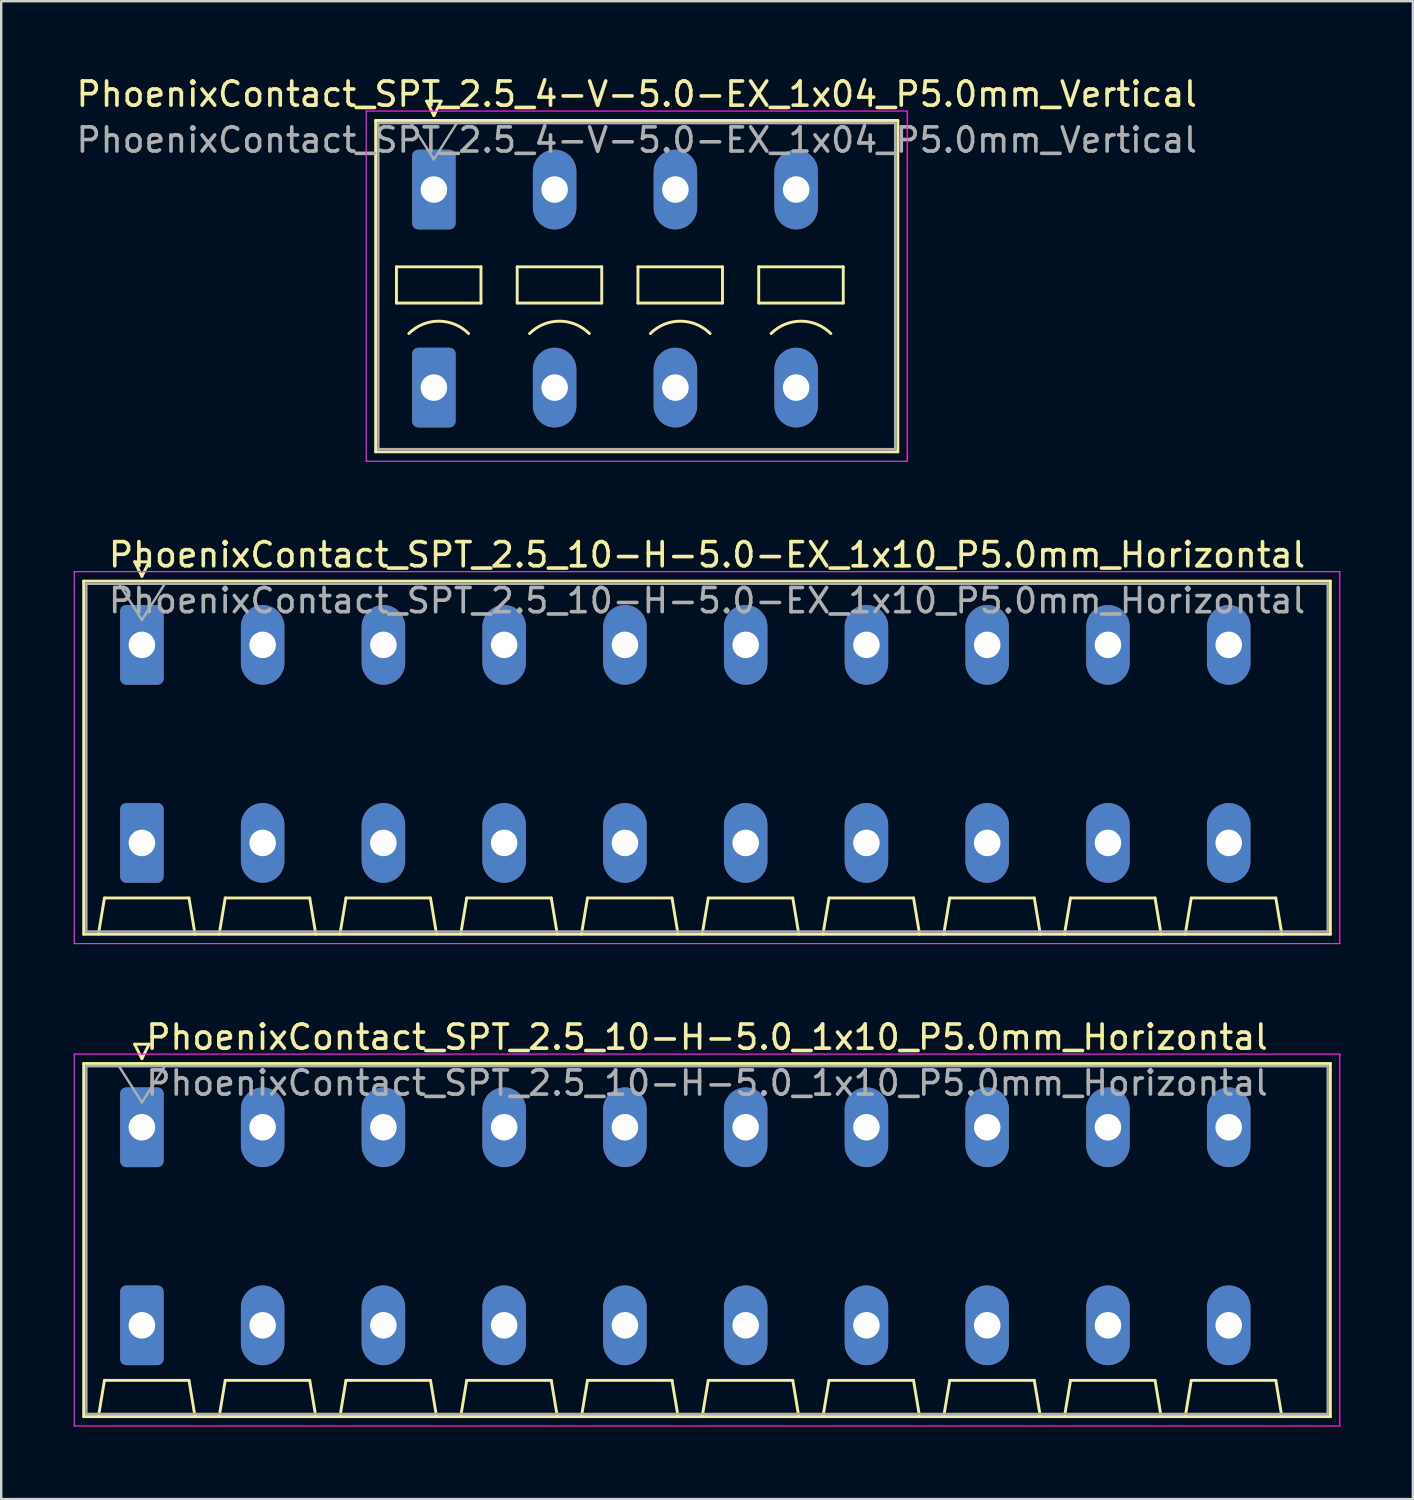
<source format=kicad_pcb>
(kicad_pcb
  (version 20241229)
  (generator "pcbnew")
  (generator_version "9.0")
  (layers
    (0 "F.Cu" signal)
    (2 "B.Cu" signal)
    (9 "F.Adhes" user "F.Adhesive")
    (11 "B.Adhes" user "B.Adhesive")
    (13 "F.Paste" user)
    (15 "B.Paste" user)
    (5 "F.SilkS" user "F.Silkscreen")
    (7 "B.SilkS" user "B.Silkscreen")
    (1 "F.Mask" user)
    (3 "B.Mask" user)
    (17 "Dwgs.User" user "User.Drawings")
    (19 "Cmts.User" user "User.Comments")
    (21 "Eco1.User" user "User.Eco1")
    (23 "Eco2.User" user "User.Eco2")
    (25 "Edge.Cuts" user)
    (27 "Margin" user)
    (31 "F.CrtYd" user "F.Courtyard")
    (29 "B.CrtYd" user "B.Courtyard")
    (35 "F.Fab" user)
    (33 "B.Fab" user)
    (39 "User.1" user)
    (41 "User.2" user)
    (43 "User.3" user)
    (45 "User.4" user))
  (footprint "PhoenixContact_SPT_2.5_10-H-5.0_1x10_P5.0mm_Horizontal"
    (layer "F.Cu")
    (at 2.825 43.625)
    (property "Reference" "PhoenixContact_SPT_2.5_10-H-5.0_1x10_P5.0mm_Horizontal" (at 23.4 -3.73 0) (layer "F.SilkS") (effects (font (size 1 1) (thickness 0.15))))
    (attr through_hole)
    (fp_line (start -2.41 -2.64) (end 49.21 -2.64) (stroke (width 0.12) (type solid)) (layer "F.SilkS"))
    (fp_line (start -2.41 11.98) (end -2.41 -2.64) (stroke (width 0.12) (type solid)) (layer "F.SilkS"))
    (fp_line (start -1.8 11.98) (end -1.55 10.48) (stroke (width 0.12) (type solid)) (layer "F.SilkS"))
    (fp_line (start -1.55 10.48) (end 1.95 10.48) (stroke (width 0.12) (type solid)) (layer "F.SilkS"))
    (fp_line (start -0.3 -3.44) (end 0 -2.84) (stroke (width 0.12) (type solid)) (layer "F.SilkS"))
    (fp_line (start -0.3 -3.44) (end 0.3 -3.44) (stroke (width 0.12) (type solid)) (layer "F.SilkS"))
    (fp_line (start 0.3 -3.44) (end 0 -2.84) (stroke (width 0.12) (type solid)) (layer "F.SilkS"))
    (fp_line (start 2.2 11.98) (end 1.95 10.48) (stroke (width 0.12) (type solid)) (layer "F.SilkS"))
    (fp_line (start 3.2 11.98) (end 3.45 10.48) (stroke (width 0.12) (type solid)) (layer "F.SilkS"))
    (fp_line (start 3.45 10.48) (end 6.95 10.48) (stroke (width 0.12) (type solid)) (layer "F.SilkS"))
    (fp_line (start 7.2 11.98) (end 6.95 10.48) (stroke (width 0.12) (type solid)) (layer "F.SilkS"))
    (fp_line (start 8.2 11.98) (end 8.45 10.48) (stroke (width 0.12) (type solid)) (layer "F.SilkS"))
    (fp_line (start 8.45 10.48) (end 11.95 10.48) (stroke (width 0.12) (type solid)) (layer "F.SilkS"))
    (fp_line (start 12.2 11.98) (end 11.95 10.48) (stroke (width 0.12) (type solid)) (layer "F.SilkS"))
    (fp_line (start 13.2 11.98) (end 13.45 10.48) (stroke (width 0.12) (type solid)) (layer "F.SilkS"))
    (fp_line (start 13.45 10.48) (end 16.95 10.48) (stroke (width 0.12) (type solid)) (layer "F.SilkS"))
    (fp_line (start 17.2 11.98) (end 16.95 10.48) (stroke (width 0.12) (type solid)) (layer "F.SilkS"))
    (fp_line (start 18.2 11.98) (end 18.45 10.48) (stroke (width 0.12) (type solid)) (layer "F.SilkS"))
    (fp_line (start 18.45 10.48) (end 21.95 10.48) (stroke (width 0.12) (type solid)) (layer "F.SilkS"))
    (fp_line (start 22.2 11.98) (end 21.95 10.48) (stroke (width 0.12) (type solid)) (layer "F.SilkS"))
    (fp_line (start 23.2 11.98) (end 23.45 10.48) (stroke (width 0.12) (type solid)) (layer "F.SilkS"))
    (fp_line (start 23.45 10.48) (end 26.95 10.48) (stroke (width 0.12) (type solid)) (layer "F.SilkS"))
    (fp_line (start 27.2 11.98) (end 26.95 10.48) (stroke (width 0.12) (type solid)) (layer "F.SilkS"))
    (fp_line (start 28.2 11.98) (end 28.45 10.48) (stroke (width 0.12) (type solid)) (layer "F.SilkS"))
    (fp_line (start 28.45 10.48) (end 31.95 10.48) (stroke (width 0.12) (type solid)) (layer "F.SilkS"))
    (fp_line (start 32.2 11.98) (end 31.95 10.48) (stroke (width 0.12) (type solid)) (layer "F.SilkS"))
    (fp_line (start 33.2 11.98) (end 33.45 10.48) (stroke (width 0.12) (type solid)) (layer "F.SilkS"))
    (fp_line (start 33.45 10.48) (end 36.95 10.48) (stroke (width 0.12) (type solid)) (layer "F.SilkS"))
    (fp_line (start 37.2 11.98) (end 36.95 10.48) (stroke (width 0.12) (type solid)) (layer "F.SilkS"))
    (fp_line (start 38.2 11.98) (end 38.45 10.48) (stroke (width 0.12) (type solid)) (layer "F.SilkS"))
    (fp_line (start 38.45 10.48) (end 41.95 10.48) (stroke (width 0.12) (type solid)) (layer "F.SilkS"))
    (fp_line (start 42.2 11.98) (end 41.95 10.48) (stroke (width 0.12) (type solid)) (layer "F.SilkS"))
    (fp_line (start 43.2 11.98) (end 43.45 10.48) (stroke (width 0.12) (type solid)) (layer "F.SilkS"))
    (fp_line (start 43.45 10.48) (end 46.95 10.48) (stroke (width 0.12) (type solid)) (layer "F.SilkS"))
    (fp_line (start 47.2 11.98) (end 46.95 10.48) (stroke (width 0.12) (type solid)) (layer "F.SilkS"))
    (fp_line (start 49.21 -2.64) (end 49.21 11.98) (stroke (width 0.12) (type solid)) (layer "F.SilkS"))
    (fp_line (start 49.21 11.98) (end -2.41 11.98) (stroke (width 0.12) (type solid)) (layer "F.SilkS"))
    (fp_line (start -2.8 -3.03) (end -2.8 12.37) (stroke (width 0.05) (type solid)) (layer "F.CrtYd"))
    (fp_line (start -2.8 12.37) (end 49.6 12.37) (stroke (width 0.05) (type solid)) (layer "F.CrtYd"))
    (fp_line (start 49.6 -3.03) (end -2.8 -3.03) (stroke (width 0.05) (type solid)) (layer "F.CrtYd"))
    (fp_line (start 49.6 12.37) (end 49.6 -3.03) (stroke (width 0.05) (type solid)) (layer "F.CrtYd"))
    (fp_line (start -2.3 -2.53) (end -2.3 11.87) (stroke (width 0.1) (type solid)) (layer "F.Fab"))
    (fp_line (start -2.3 11.87) (end 49.1 11.87) (stroke (width 0.1) (type solid)) (layer "F.Fab"))
    (fp_line (start -0.95 -2.53) (end 0 -1.03) (stroke (width 0.1) (type solid)) (layer "F.Fab"))
    (fp_line (start 0.95 -2.53) (end 0 -1.03) (stroke (width 0.1) (type solid)) (layer "F.Fab"))
    (fp_line (start 49.1 -2.53) (end -2.3 -2.53) (stroke (width 0.1) (type solid)) (layer "F.Fab"))
    (fp_line (start 49.1 11.87) (end 49.1 -2.53) (stroke (width 0.1) (type solid)) (layer "F.Fab"))
    (fp_text user "${REFERENCE}" (at 23.4 -1.83 0) (layer "F.Fab") (effects (font (size 1 1) (thickness 0.15))))
    (pad "1" thru_hole roundrect (at 0 0) (size 1.8 3.3) (drill 1.1) (layers "*.Cu" "*.Mask") (roundrect_rratio 0.139))
    (pad "1" thru_hole roundrect (at 0 8.2) (size 1.8 3.3) (drill 1.1) (layers "*.Cu" "*.Mask") (roundrect_rratio 0.139))
    (pad "2" thru_hole oval (at 5 0) (size 1.8 3.3) (drill 1.1) (layers "*.Cu" "*.Mask"))
    (pad "2" thru_hole oval (at 5 8.2) (size 1.8 3.3) (drill 1.1) (layers "*.Cu" "*.Mask"))
    (pad "3" thru_hole oval (at 10 0) (size 1.8 3.3) (drill 1.1) (layers "*.Cu" "*.Mask"))
    (pad "3" thru_hole oval (at 10 8.2) (size 1.8 3.3) (drill 1.1) (layers "*.Cu" "*.Mask"))
    (pad "4" thru_hole oval (at 15 0) (size 1.8 3.3) (drill 1.1) (layers "*.Cu" "*.Mask"))
    (pad "4" thru_hole oval (at 15 8.2) (size 1.8 3.3) (drill 1.1) (layers "*.Cu" "*.Mask"))
    (pad "5" thru_hole oval (at 20 0) (size 1.8 3.3) (drill 1.1) (layers "*.Cu" "*.Mask"))
    (pad "5" thru_hole oval (at 20 8.2) (size 1.8 3.3) (drill 1.1) (layers "*.Cu" "*.Mask"))
    (pad "6" thru_hole oval (at 25 0) (size 1.8 3.3) (drill 1.1) (layers "*.Cu" "*.Mask"))
    (pad "6" thru_hole oval (at 25 8.2) (size 1.8 3.3) (drill 1.1) (layers "*.Cu" "*.Mask"))
    (pad "7" thru_hole oval (at 30 0) (size 1.8 3.3) (drill 1.1) (layers "*.Cu" "*.Mask"))
    (pad "7" thru_hole oval (at 30 8.2) (size 1.8 3.3) (drill 1.1) (layers "*.Cu" "*.Mask"))
    (pad "8" thru_hole oval (at 35 0) (size 1.8 3.3) (drill 1.1) (layers "*.Cu" "*.Mask"))
    (pad "8" thru_hole oval (at 35 8.2) (size 1.8 3.3) (drill 1.1) (layers "*.Cu" "*.Mask"))
    (pad "9" thru_hole oval (at 40 0) (size 1.8 3.3) (drill 1.1) (layers "*.Cu" "*.Mask"))
    (pad "9" thru_hole oval (at 40 8.2) (size 1.8 3.3) (drill 1.1) (layers "*.Cu" "*.Mask"))
    (pad "10" thru_hole oval (at 45 0) (size 1.8 3.3) (drill 1.1) (layers "*.Cu" "*.Mask"))
    (pad "10" thru_hole oval (at 45 8.2) (size 1.8 3.3) (drill 1.1) (layers "*.Cu" "*.Mask")))
  (footprint "PhoenixContact_SPT_2.5_10-H-5.0-EX_1x10_P5.0mm_Horizontal"
    (layer "F.Cu")
    (at 2.825 23.651)
    (property "Reference" "PhoenixContact_SPT_2.5_10-H-5.0-EX_1x10_P5.0mm_Horizontal" (at 23.4 -3.73 0) (layer "F.SilkS") (effects (font (size 1 1) (thickness 0.15))))
    (attr through_hole)
    (fp_line (start -2.41 -2.64) (end 49.21 -2.64) (stroke (width 0.12) (type solid)) (layer "F.SilkS"))
    (fp_line (start -2.41 11.98) (end -2.41 -2.64) (stroke (width 0.12) (type solid)) (layer "F.SilkS"))
    (fp_line (start -1.8 11.98) (end -1.55 10.48) (stroke (width 0.12) (type solid)) (layer "F.SilkS"))
    (fp_line (start -1.55 10.48) (end 1.95 10.48) (stroke (width 0.12) (type solid)) (layer "F.SilkS"))
    (fp_line (start -0.3 -3.44) (end 0 -2.84) (stroke (width 0.12) (type solid)) (layer "F.SilkS"))
    (fp_line (start -0.3 -3.44) (end 0.3 -3.44) (stroke (width 0.12) (type solid)) (layer "F.SilkS"))
    (fp_line (start 0.3 -3.44) (end 0 -2.84) (stroke (width 0.12) (type solid)) (layer "F.SilkS"))
    (fp_line (start 2.2 11.98) (end 1.95 10.48) (stroke (width 0.12) (type solid)) (layer "F.SilkS"))
    (fp_line (start 3.2 11.98) (end 3.45 10.48) (stroke (width 0.12) (type solid)) (layer "F.SilkS"))
    (fp_line (start 3.45 10.48) (end 6.95 10.48) (stroke (width 0.12) (type solid)) (layer "F.SilkS"))
    (fp_line (start 7.2 11.98) (end 6.95 10.48) (stroke (width 0.12) (type solid)) (layer "F.SilkS"))
    (fp_line (start 8.2 11.98) (end 8.45 10.48) (stroke (width 0.12) (type solid)) (layer "F.SilkS"))
    (fp_line (start 8.45 10.48) (end 11.95 10.48) (stroke (width 0.12) (type solid)) (layer "F.SilkS"))
    (fp_line (start 12.2 11.98) (end 11.95 10.48) (stroke (width 0.12) (type solid)) (layer "F.SilkS"))
    (fp_line (start 13.2 11.98) (end 13.45 10.48) (stroke (width 0.12) (type solid)) (layer "F.SilkS"))
    (fp_line (start 13.45 10.48) (end 16.95 10.48) (stroke (width 0.12) (type solid)) (layer "F.SilkS"))
    (fp_line (start 17.2 11.98) (end 16.95 10.48) (stroke (width 0.12) (type solid)) (layer "F.SilkS"))
    (fp_line (start 18.2 11.98) (end 18.45 10.48) (stroke (width 0.12) (type solid)) (layer "F.SilkS"))
    (fp_line (start 18.45 10.48) (end 21.95 10.48) (stroke (width 0.12) (type solid)) (layer "F.SilkS"))
    (fp_line (start 22.2 11.98) (end 21.95 10.48) (stroke (width 0.12) (type solid)) (layer "F.SilkS"))
    (fp_line (start 23.2 11.98) (end 23.45 10.48) (stroke (width 0.12) (type solid)) (layer "F.SilkS"))
    (fp_line (start 23.45 10.48) (end 26.95 10.48) (stroke (width 0.12) (type solid)) (layer "F.SilkS"))
    (fp_line (start 27.2 11.98) (end 26.95 10.48) (stroke (width 0.12) (type solid)) (layer "F.SilkS"))
    (fp_line (start 28.2 11.98) (end 28.45 10.48) (stroke (width 0.12) (type solid)) (layer "F.SilkS"))
    (fp_line (start 28.45 10.48) (end 31.95 10.48) (stroke (width 0.12) (type solid)) (layer "F.SilkS"))
    (fp_line (start 32.2 11.98) (end 31.95 10.48) (stroke (width 0.12) (type solid)) (layer "F.SilkS"))
    (fp_line (start 33.2 11.98) (end 33.45 10.48) (stroke (width 0.12) (type solid)) (layer "F.SilkS"))
    (fp_line (start 33.45 10.48) (end 36.95 10.48) (stroke (width 0.12) (type solid)) (layer "F.SilkS"))
    (fp_line (start 37.2 11.98) (end 36.95 10.48) (stroke (width 0.12) (type solid)) (layer "F.SilkS"))
    (fp_line (start 38.2 11.98) (end 38.45 10.48) (stroke (width 0.12) (type solid)) (layer "F.SilkS"))
    (fp_line (start 38.45 10.48) (end 41.95 10.48) (stroke (width 0.12) (type solid)) (layer "F.SilkS"))
    (fp_line (start 42.2 11.98) (end 41.95 10.48) (stroke (width 0.12) (type solid)) (layer "F.SilkS"))
    (fp_line (start 43.2 11.98) (end 43.45 10.48) (stroke (width 0.12) (type solid)) (layer "F.SilkS"))
    (fp_line (start 43.45 10.48) (end 46.95 10.48) (stroke (width 0.12) (type solid)) (layer "F.SilkS"))
    (fp_line (start 47.2 11.98) (end 46.95 10.48) (stroke (width 0.12) (type solid)) (layer "F.SilkS"))
    (fp_line (start 49.21 -2.64) (end 49.21 11.98) (stroke (width 0.12) (type solid)) (layer "F.SilkS"))
    (fp_line (start 49.21 11.98) (end -2.41 11.98) (stroke (width 0.12) (type solid)) (layer "F.SilkS"))
    (fp_line (start -2.8 -3.03) (end -2.8 12.37) (stroke (width 0.05) (type solid)) (layer "F.CrtYd"))
    (fp_line (start -2.8 12.37) (end 49.6 12.37) (stroke (width 0.05) (type solid)) (layer "F.CrtYd"))
    (fp_line (start 49.6 -3.03) (end -2.8 -3.03) (stroke (width 0.05) (type solid)) (layer "F.CrtYd"))
    (fp_line (start 49.6 12.37) (end 49.6 -3.03) (stroke (width 0.05) (type solid)) (layer "F.CrtYd"))
    (fp_line (start -2.3 -2.53) (end -2.3 11.87) (stroke (width 0.1) (type solid)) (layer "F.Fab"))
    (fp_line (start -2.3 11.87) (end 49.1 11.87) (stroke (width 0.1) (type solid)) (layer "F.Fab"))
    (fp_line (start -0.95 -2.53) (end 0 -1.03) (stroke (width 0.1) (type solid)) (layer "F.Fab"))
    (fp_line (start 0.95 -2.53) (end 0 -1.03) (stroke (width 0.1) (type solid)) (layer "F.Fab"))
    (fp_line (start 49.1 -2.53) (end -2.3 -2.53) (stroke (width 0.1) (type solid)) (layer "F.Fab"))
    (fp_line (start 49.1 11.87) (end 49.1 -2.53) (stroke (width 0.1) (type solid)) (layer "F.Fab"))
    (fp_text user "${REFERENCE}" (at 23.4 -1.83 0) (layer "F.Fab") (effects (font (size 1 1) (thickness 0.15))))
    (pad "1" thru_hole roundrect (at 0 0) (size 1.8 3.3) (drill 1.1) (layers "*.Cu" "*.Mask") (roundrect_rratio 0.139))
    (pad "1" thru_hole roundrect (at 0 8.2) (size 1.8 3.3) (drill 1.1) (layers "*.Cu" "*.Mask") (roundrect_rratio 0.139))
    (pad "2" thru_hole oval (at 5 0) (size 1.8 3.3) (drill 1.1) (layers "*.Cu" "*.Mask"))
    (pad "2" thru_hole oval (at 5 8.2) (size 1.8 3.3) (drill 1.1) (layers "*.Cu" "*.Mask"))
    (pad "3" thru_hole oval (at 10 0) (size 1.8 3.3) (drill 1.1) (layers "*.Cu" "*.Mask"))
    (pad "3" thru_hole oval (at 10 8.2) (size 1.8 3.3) (drill 1.1) (layers "*.Cu" "*.Mask"))
    (pad "4" thru_hole oval (at 15 0) (size 1.8 3.3) (drill 1.1) (layers "*.Cu" "*.Mask"))
    (pad "4" thru_hole oval (at 15 8.2) (size 1.8 3.3) (drill 1.1) (layers "*.Cu" "*.Mask"))
    (pad "5" thru_hole oval (at 20 0) (size 1.8 3.3) (drill 1.1) (layers "*.Cu" "*.Mask"))
    (pad "5" thru_hole oval (at 20 8.2) (size 1.8 3.3) (drill 1.1) (layers "*.Cu" "*.Mask"))
    (pad "6" thru_hole oval (at 25 0) (size 1.8 3.3) (drill 1.1) (layers "*.Cu" "*.Mask"))
    (pad "6" thru_hole oval (at 25 8.2) (size 1.8 3.3) (drill 1.1) (layers "*.Cu" "*.Mask"))
    (pad "7" thru_hole oval (at 30 0) (size 1.8 3.3) (drill 1.1) (layers "*.Cu" "*.Mask"))
    (pad "7" thru_hole oval (at 30 8.2) (size 1.8 3.3) (drill 1.1) (layers "*.Cu" "*.Mask"))
    (pad "8" thru_hole oval (at 35 0) (size 1.8 3.3) (drill 1.1) (layers "*.Cu" "*.Mask"))
    (pad "8" thru_hole oval (at 35 8.2) (size 1.8 3.3) (drill 1.1) (layers "*.Cu" "*.Mask"))
    (pad "9" thru_hole oval (at 40 0) (size 1.8 3.3) (drill 1.1) (layers "*.Cu" "*.Mask"))
    (pad "9" thru_hole oval (at 40 8.2) (size 1.8 3.3) (drill 1.1) (layers "*.Cu" "*.Mask"))
    (pad "10" thru_hole oval (at 45 0) (size 1.8 3.3) (drill 1.1) (layers "*.Cu" "*.Mask"))
    (pad "10" thru_hole oval (at 45 8.2) (size 1.8 3.3) (drill 1.1) (layers "*.Cu" "*.Mask")))
  (footprint "PhoenixContact_SPT_2.5_4-V-5.0-EX_1x04_P5.0mm_Vertical"
    (layer "F.Cu")
    (at 14.915 4.798)
    (property "Reference" "PhoenixContact_SPT_2.5_4-V-5.0-EX_1x04_P5.0mm_Vertical" (at 8.4 -3.95 0) (layer "F.SilkS") (effects (font (size 1 1) (thickness 0.15))))
    (attr through_hole)
    (fp_line (start -2.41 -2.86) (end 19.21 -2.86) (stroke (width 0.12) (type solid)) (layer "F.SilkS"))
    (fp_line (start -2.41 10.86) (end -2.41 -2.86) (stroke (width 0.12) (type solid)) (layer "F.SilkS"))
    (fp_line (start -1.55 3.2) (end -1.55 4.7) (stroke (width 0.12) (type solid)) (layer "F.SilkS"))
    (fp_line (start -1.55 4.7) (end 1.95 4.7) (stroke (width 0.12) (type solid)) (layer "F.SilkS"))
    (fp_line (start -0.3 -3.66) (end 0 -3.06) (stroke (width 0.12) (type solid)) (layer "F.SilkS"))
    (fp_line (start -0.3 -3.66) (end 0.3 -3.66) (stroke (width 0.12) (type solid)) (layer "F.SilkS"))
    (fp_line (start 0.3 -3.66) (end 0 -3.06) (stroke (width 0.12) (type solid)) (layer "F.SilkS"))
    (fp_line (start 1.95 3.2) (end -1.55 3.2) (stroke (width 0.12) (type solid)) (layer "F.SilkS"))
    (fp_line (start 1.95 4.7) (end 1.95 3.2) (stroke (width 0.12) (type solid)) (layer "F.SilkS"))
    (fp_line (start 3.45 3.2) (end 3.45 4.7) (stroke (width 0.12) (type solid)) (layer "F.SilkS"))
    (fp_line (start 3.45 4.7) (end 6.95 4.7) (stroke (width 0.12) (type solid)) (layer "F.SilkS"))
    (fp_line (start 6.95 3.2) (end 3.45 3.2) (stroke (width 0.12) (type solid)) (layer "F.SilkS"))
    (fp_line (start 6.95 4.7) (end 6.95 3.2) (stroke (width 0.12) (type solid)) (layer "F.SilkS"))
    (fp_line (start 8.45 3.2) (end 8.45 4.7) (stroke (width 0.12) (type solid)) (layer "F.SilkS"))
    (fp_line (start 8.45 4.7) (end 11.95 4.7) (stroke (width 0.12) (type solid)) (layer "F.SilkS"))
    (fp_line (start 11.95 3.2) (end 8.45 3.2) (stroke (width 0.12) (type solid)) (layer "F.SilkS"))
    (fp_line (start 11.95 4.7) (end 11.95 3.2) (stroke (width 0.12) (type solid)) (layer "F.SilkS"))
    (fp_line (start 13.45 3.2) (end 13.45 4.7) (stroke (width 0.12) (type solid)) (layer "F.SilkS"))
    (fp_line (start 13.45 4.7) (end 16.95 4.7) (stroke (width 0.12) (type solid)) (layer "F.SilkS"))
    (fp_line (start 16.95 3.2) (end 13.45 3.2) (stroke (width 0.12) (type solid)) (layer "F.SilkS"))
    (fp_line (start 16.95 4.7) (end 16.95 3.2) (stroke (width 0.12) (type solid)) (layer "F.SilkS"))
    (fp_line (start 19.21 -2.86) (end 19.21 10.86) (stroke (width 0.12) (type solid)) (layer "F.SilkS"))
    (fp_line (start 19.21 10.86) (end -2.41 10.86) (stroke (width 0.12) (type solid)) (layer "F.SilkS"))
    (fp_arc (start -1.037437 5.962563) (mid 0.2 5.45) (end 1.437437 5.962563) (stroke (width 0.12) (type solid)) (layer "F.SilkS"))
    (fp_arc (start 3.962563 5.962563) (mid 5.2 5.45) (end 6.437437 5.962563) (stroke (width 0.12) (type solid)) (layer "F.SilkS"))
    (fp_arc (start 8.962563 5.962563) (mid 10.2 5.45) (end 11.437437 5.962563) (stroke (width 0.12) (type solid)) (layer "F.SilkS"))
    (fp_arc (start 13.962563 5.962563) (mid 15.2 5.45) (end 16.437437 5.962563) (stroke (width 0.12) (type solid)) (layer "F.SilkS"))
    (fp_line (start -2.8 -3.25) (end -2.8 11.25) (stroke (width 0.05) (type solid)) (layer "F.CrtYd"))
    (fp_line (start -2.8 11.25) (end 19.6 11.25) (stroke (width 0.05) (type solid)) (layer "F.CrtYd"))
    (fp_line (start 19.6 -3.25) (end -2.8 -3.25) (stroke (width 0.05) (type solid)) (layer "F.CrtYd"))
    (fp_line (start 19.6 11.25) (end 19.6 -3.25) (stroke (width 0.05) (type solid)) (layer "F.CrtYd"))
    (fp_line (start -2.3 -2.75) (end -2.3 10.75) (stroke (width 0.1) (type solid)) (layer "F.Fab"))
    (fp_line (start -2.3 10.75) (end 19.1 10.75) (stroke (width 0.1) (type solid)) (layer "F.Fab"))
    (fp_line (start -0.95 -2.75) (end 0 -1.25) (stroke (width 0.1) (type solid)) (layer "F.Fab"))
    (fp_line (start 0.95 -2.75) (end 0 -1.25) (stroke (width 0.1) (type solid)) (layer "F.Fab"))
    (fp_line (start 19.1 -2.75) (end -2.3 -2.75) (stroke (width 0.1) (type solid)) (layer "F.Fab"))
    (fp_line (start 19.1 10.75) (end 19.1 -2.75) (stroke (width 0.1) (type solid)) (layer "F.Fab"))
    (fp_text user "${REFERENCE}" (at 8.4 -2.05 0) (layer "F.Fab") (effects (font (size 1 1) (thickness 0.15))))
    (pad "1" thru_hole roundrect (at 0 0) (size 1.8 3.3) (drill 1.1) (layers "*.Cu" "*.Mask") (roundrect_rratio 0.139))
    (pad "1" thru_hole roundrect (at 0 8.2) (size 1.8 3.3) (drill 1.1) (layers "*.Cu" "*.Mask") (roundrect_rratio 0.139))
    (pad "2" thru_hole oval (at 5 0) (size 1.8 3.3) (drill 1.1) (layers "*.Cu" "*.Mask"))
    (pad "2" thru_hole oval (at 5 8.2) (size 1.8 3.3) (drill 1.1) (layers "*.Cu" "*.Mask"))
    (pad "3" thru_hole oval (at 10 0) (size 1.8 3.3) (drill 1.1) (layers "*.Cu" "*.Mask"))
    (pad "3" thru_hole oval (at 10 8.2) (size 1.8 3.3) (drill 1.1) (layers "*.Cu" "*.Mask"))
    (pad "4" thru_hole oval (at 15 0) (size 1.8 3.3) (drill 1.1) (layers "*.Cu" "*.Mask"))
    (pad "4" thru_hole oval (at 15 8.2) (size 1.8 3.3) (drill 1.1) (layers "*.Cu" "*.Mask")))
  (gr_rect
    (start -3 -3)
    (end 55.45 59.02)
    (stroke (width 0.1) (type default))
    (fill no)
    (layer "Edge.Cuts")))
</source>
